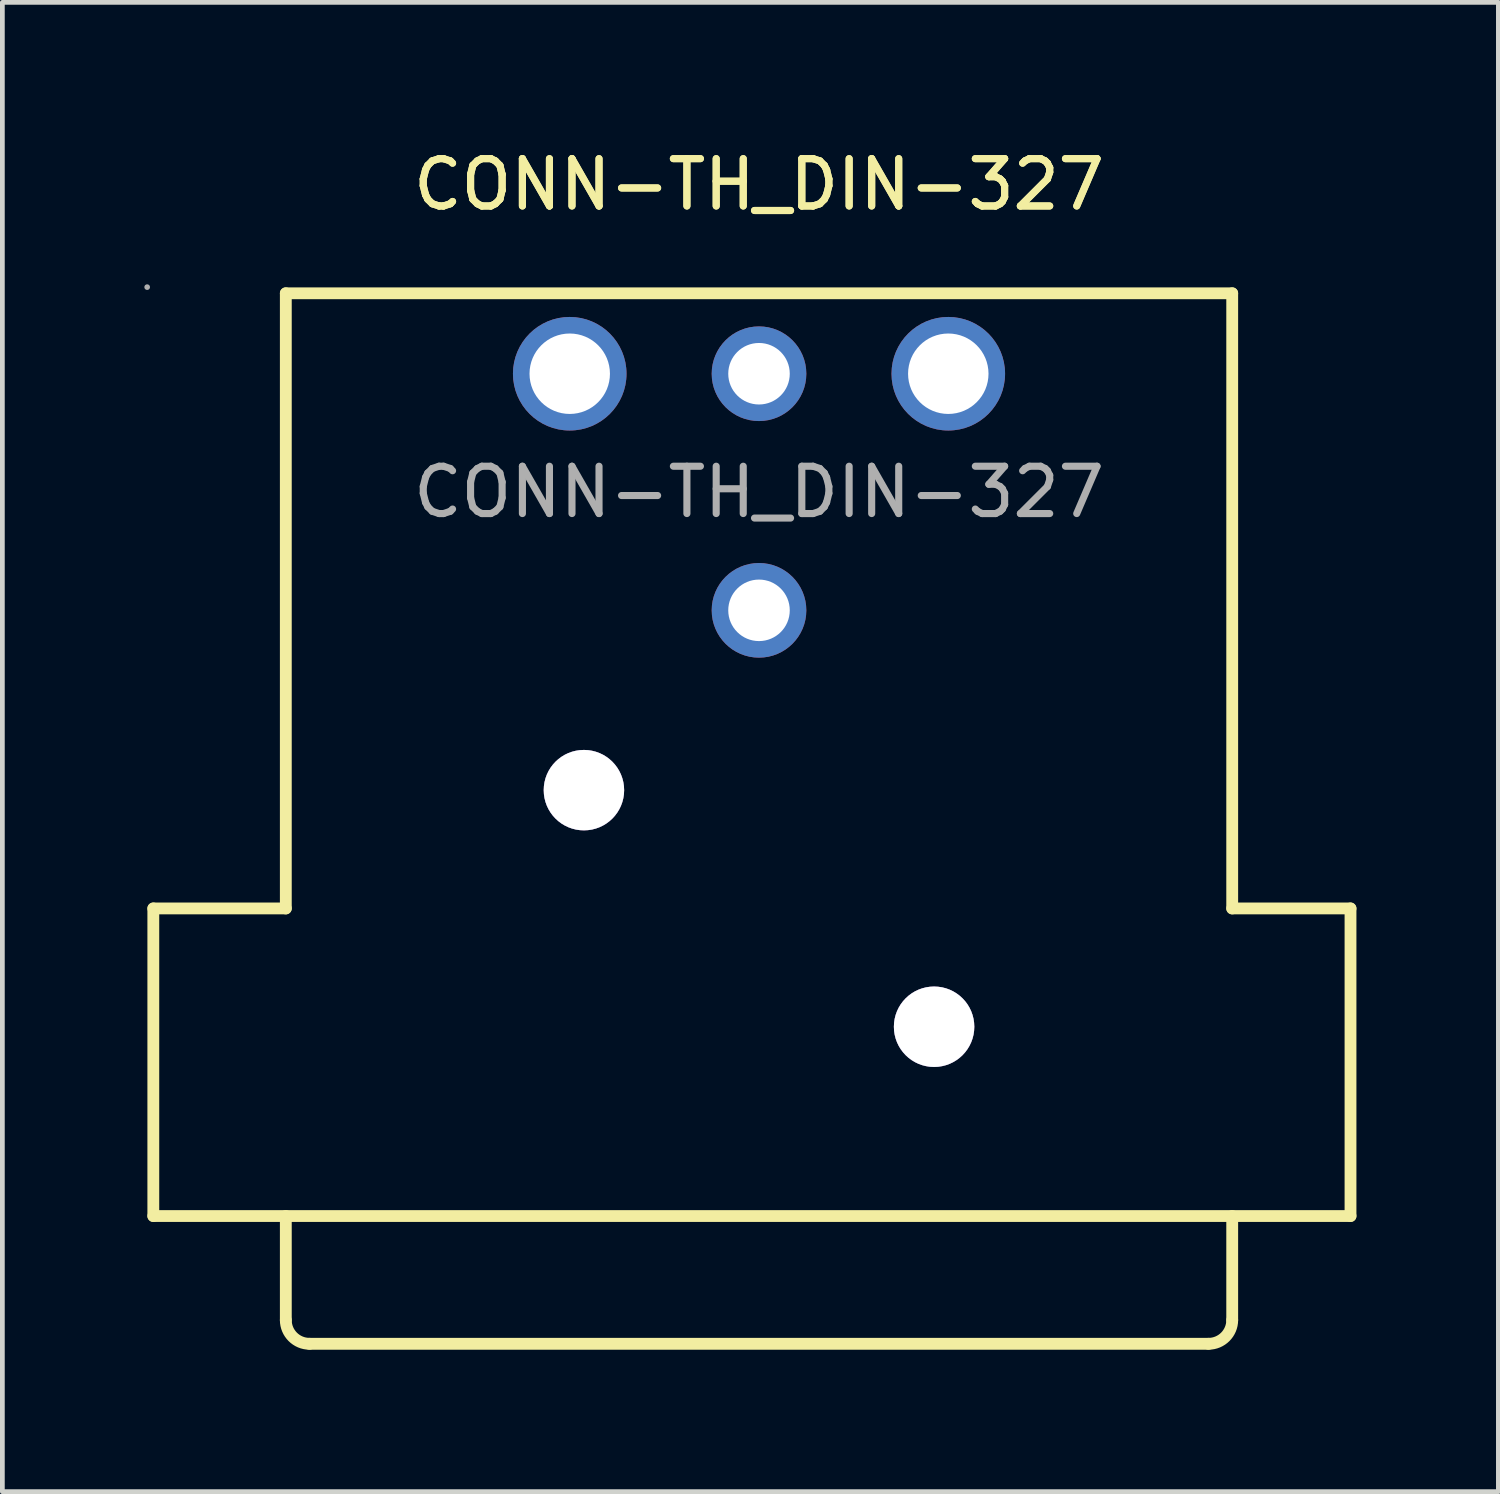
<source format=kicad_pcb>
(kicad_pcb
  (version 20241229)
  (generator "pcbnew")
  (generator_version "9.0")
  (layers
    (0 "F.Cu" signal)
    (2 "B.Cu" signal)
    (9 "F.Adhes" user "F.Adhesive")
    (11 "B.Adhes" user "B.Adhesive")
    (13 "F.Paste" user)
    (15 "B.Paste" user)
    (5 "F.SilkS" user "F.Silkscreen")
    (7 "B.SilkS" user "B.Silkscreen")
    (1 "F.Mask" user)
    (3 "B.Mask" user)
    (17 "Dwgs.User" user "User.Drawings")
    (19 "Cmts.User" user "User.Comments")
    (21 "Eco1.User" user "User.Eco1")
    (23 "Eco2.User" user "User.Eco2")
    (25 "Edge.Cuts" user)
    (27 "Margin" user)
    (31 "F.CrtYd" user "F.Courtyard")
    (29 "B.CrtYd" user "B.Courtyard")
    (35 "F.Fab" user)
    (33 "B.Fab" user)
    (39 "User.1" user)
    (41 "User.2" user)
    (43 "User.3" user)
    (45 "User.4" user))
  (footprint "CONN-TH_DIN-327"
    (layer "F.Cu")
    (at 12.99 7.348)
    (property "Reference" "CONN-TH_DIN-327" (at 0 -6.5 0) (layer "F.SilkS") (effects (font (size 1 1) (thickness 0.15))))
    (attr through_hole)
    (fp_line (start -12.8 15.3) (end -12.8 8.8) (stroke (width 0.25) (type solid)) (layer "F.SilkS"))
    (fp_line (start -10 8.8) (end -12.8 8.8) (stroke (width 0.25) (type solid)) (layer "F.SilkS"))
    (fp_line (start -10 8.8) (end -10 -4.2) (stroke (width 0.25) (type solid)) (layer "F.SilkS"))
    (fp_line (start -10 15.3) (end -10 17.5) (stroke (width 0.25) (type solid)) (layer "F.SilkS"))
    (fp_line (start 9.5 18) (end -9.5 18) (stroke (width 0.25) (type solid)) (layer "F.SilkS"))
    (fp_line (start 10 -4.2) (end -10 -4.2) (stroke (width 0.25) (type solid)) (layer "F.SilkS"))
    (fp_line (start 10 8.8) (end 10 -4.2) (stroke (width 0.25) (type solid)) (layer "F.SilkS"))
    (fp_line (start 10 15.3) (end 10 17.5) (stroke (width 0.25) (type solid)) (layer "F.SilkS"))
    (fp_line (start 12.5 8.8) (end 10 8.8) (stroke (width 0.25) (type solid)) (layer "F.SilkS"))
    (fp_line (start 12.5 15.3) (end -12.8 15.3) (stroke (width 0.25) (type solid)) (layer "F.SilkS"))
    (fp_line (start 12.5 15.3) (end 12.5 8.8) (stroke (width 0.25) (type solid)) (layer "F.SilkS"))
    (fp_arc (start -9.5 18) (mid -9.853553 17.853553) (end -10 17.5) (stroke (width 0.25) (type solid)) (layer "F.SilkS"))
    (fp_arc (start 10 17.5) (mid 9.853553 17.853553) (end 9.5 18) (stroke (width 0.25) (type solid)) (layer "F.SilkS"))
    (fp_circle (center -12.93 -4.33) (end -12.9 -4.33) (stroke (width 0.06) (type solid)) (fill no) (layer "F.Fab"))
    (fp_circle (center -4 -2.5) (end -3.62 -2.5) (stroke (width 0.75) (type solid)) (fill no) (layer "F.Fab"))
    (fp_circle (center -3.7 6.3) (end -3.32 6.3) (stroke (width 0.75) (type solid)) (fill no) (layer "F.Fab"))
    (fp_circle (center 0 -2.5) (end 0.28 -2.5) (stroke (width 0.55) (type solid)) (fill no) (layer "F.Fab"))
    (fp_circle (center 0 2.5) (end 0.28 2.5) (stroke (width 0.55) (type solid)) (fill no) (layer "F.Fab"))
    (fp_circle (center 3.7 11.3) (end 4.08 11.3) (stroke (width 0.75) (type solid)) (fill no) (layer "F.Fab"))
    (fp_circle (center 4 -2.5) (end 4.38 -2.5) (stroke (width 0.75) (type solid)) (fill no) (layer "F.Fab"))
    (fp_text user "${REFERENCE}" (at 0 -6.5 0) (layer "F.SilkS") (effects (font (size 1 1) (thickness 0.15))))
    (fp_text user "${REFERENCE}" (at 0 0 0) (layer "F.Fab") (effects (font (size 1 1) (thickness 0.15))))
    (pad "" thru_hole circle (at -3.7 6.3) (size 1.7 1.7) (drill 1.7) (layers "*.Cu" "*.Mask"))
    (pad "" thru_hole circle (at 3.7 11.3) (size 1.7 1.7) (drill 1.7) (layers "*.Cu" "*.Mask"))
    (pad "1" thru_hole circle (at -4 -2.5) (size 2.4 2.4) (drill 1.7) (layers "*.Cu" "*.Mask"))
    (pad "2" thru_hole circle (at 4 -2.5) (size 2.4 2.4) (drill 1.7) (layers "*.Cu" "*.Mask"))
    (pad "3" thru_hole circle (at 0 -2.5) (size 2 2) (drill 1.3) (layers "*.Cu" "*.Mask"))
    (pad "G" thru_hole circle (at 0 2.5) (size 2 2) (drill 1.3) (layers "*.Cu" "*.Mask")))
  (gr_rect
    (start -3 -3)
    (end 28.615 28.473)
    (stroke (width 0.1) (type default))
    (fill no)
    (layer "Edge.Cuts")))
</source>
